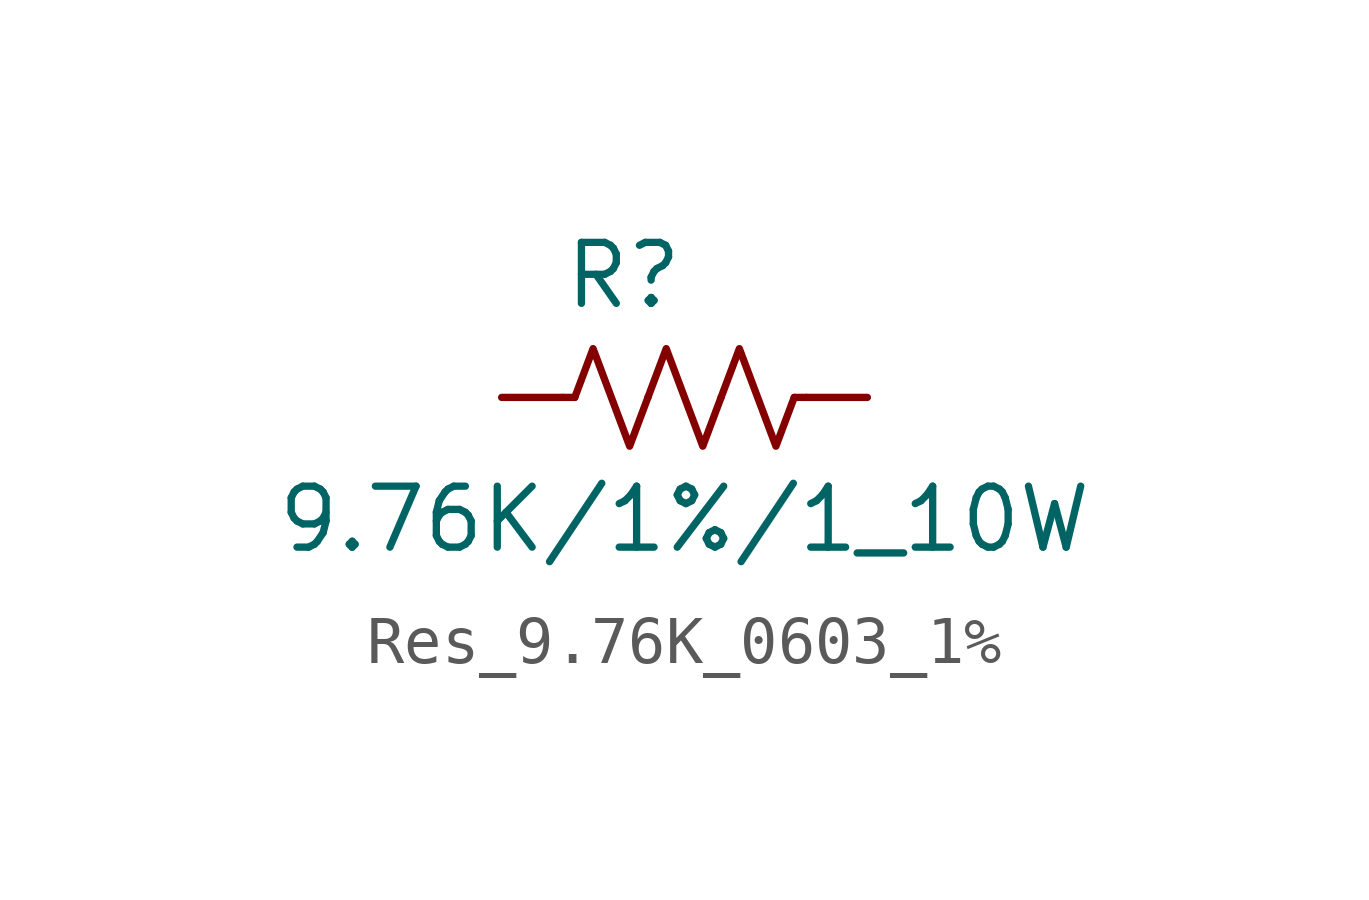
<source format=kicad_sym>
(kicad_symbol_lib
  (version 20231120)
  (generator "kicad_symbol_editor")
  (generator_version "8.0")
  (symbol "Res_9.76K_0603_1%"
    (pin_numbers hide)
    (pin_names hide)
    (property "Reference" "R"
      (at 2.54 2.54 0)
      (effects (font (size 1.27 1.27))))
    (property "Value" "9.76K/1%/1_10W"
      (at 3.81 -2.54 0)
      (effects (font (size 1.27 1.27))))
    (symbol "Res_9.76K_0603_1%_0_1"
      (polyline (pts (xy 1.524 0) (xy 1.27 0)) (stroke (width 0) (type default)) (fill (type none)))
      (polyline (pts (xy 6.096 0) (xy 6.35 0)) (stroke (width 0) (type default)) (fill (type none)))
      (polyline (pts (xy 1.524 0) (xy 1.905 1.016) (xy 2.286 0) (xy 2.667 -1.016) (xy 3.048 0)) (stroke (width 0) (type default)) (fill (type none)))
      (polyline (pts (xy 3.048 0) (xy 3.429 1.016) (xy 3.81 0) (xy 4.191 -1.016) (xy 4.572 0)) (stroke (width 0) (type default)) (fill (type none)))
      (polyline (pts (xy 4.572 0) (xy 4.953 1.016) (xy 5.334 0) (xy 5.715 -1.016) (xy 6.096 0)) (stroke (width 0) (type default)) (fill (type none))))
    (symbol "Res_9.76K_0603_1%_1_1"
      (pin passive line (at 0 0 0) (length 1.27) (name "~" (effects (font (size 1.27 1.27)))) (number "1" (effects (font (size 1.27 1.27)))))
      (pin passive line (at 7.62 0 180) (length 1.27) (name "~" (effects (font (size 1.27 1.27)))) (number "2" (effects (font (size 1.27 1.27))))))))
</source>
